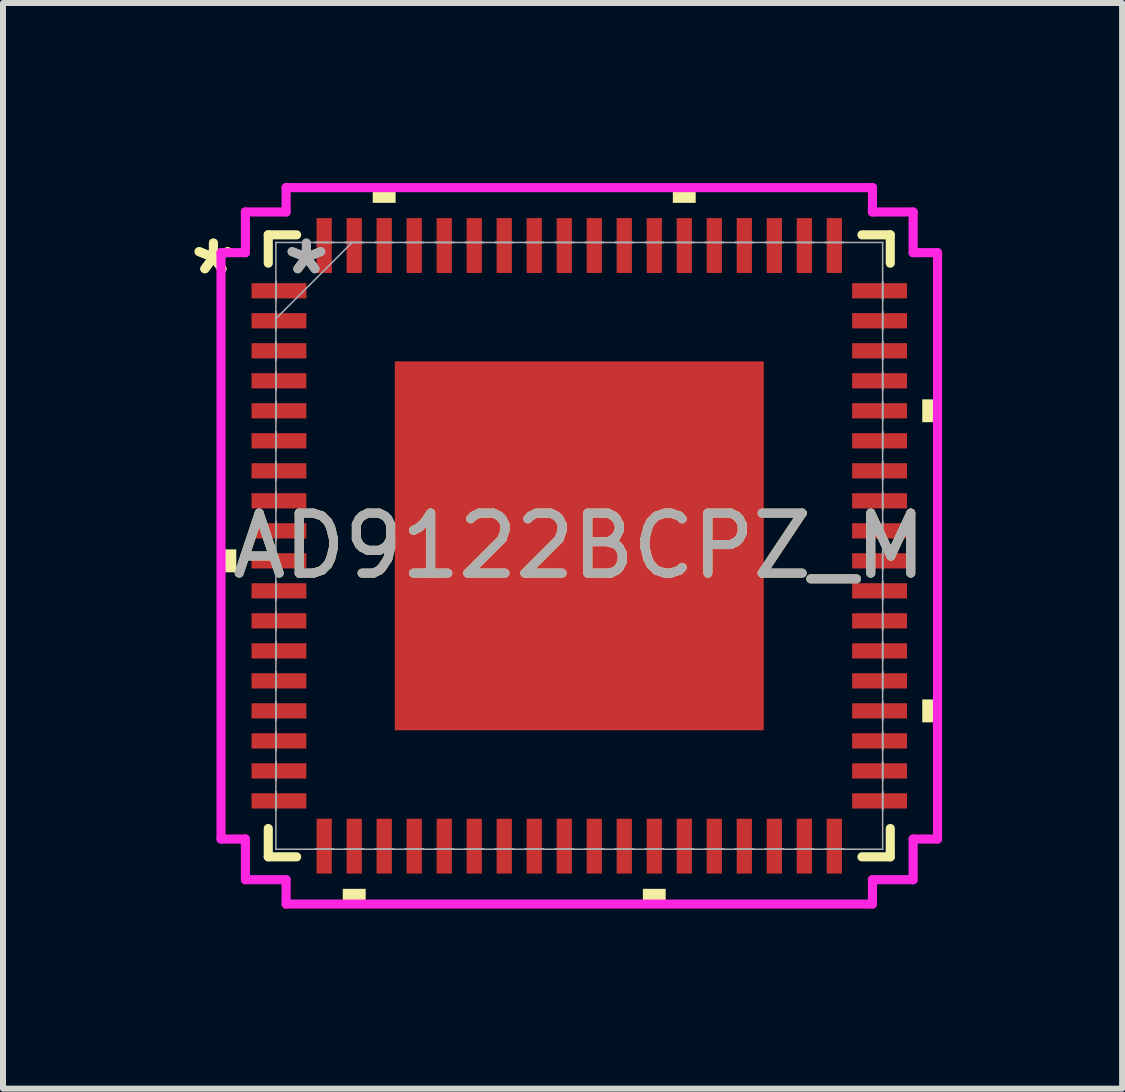
<source format=kicad_pcb>
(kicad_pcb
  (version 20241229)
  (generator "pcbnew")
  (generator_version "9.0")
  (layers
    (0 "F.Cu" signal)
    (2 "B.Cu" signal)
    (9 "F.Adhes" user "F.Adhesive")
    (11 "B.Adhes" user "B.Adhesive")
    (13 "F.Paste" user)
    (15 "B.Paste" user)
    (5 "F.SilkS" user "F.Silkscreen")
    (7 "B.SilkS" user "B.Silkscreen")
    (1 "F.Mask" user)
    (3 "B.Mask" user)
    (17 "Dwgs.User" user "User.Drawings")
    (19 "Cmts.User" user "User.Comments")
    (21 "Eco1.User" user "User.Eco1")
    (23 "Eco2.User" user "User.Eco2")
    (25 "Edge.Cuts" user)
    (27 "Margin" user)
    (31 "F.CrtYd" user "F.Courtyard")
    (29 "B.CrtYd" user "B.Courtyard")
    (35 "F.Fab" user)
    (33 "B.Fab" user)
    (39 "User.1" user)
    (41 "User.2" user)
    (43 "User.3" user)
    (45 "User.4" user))
  (footprint "AD9122BCPZ_M"
    (layer "F.Cu")
    (at 6.602 6.045)
    (property "Reference" "AD9122BCPZ_M" (at 0 0 0) (unlocked yes) (layer "F.SilkS") (effects (font (size 1 1) (thickness 0.15))))
    (attr smd)
    (fp_line (start -5.182 -5.182) (end -5.182 -4.71) (stroke (width 0.152) (type solid)) (layer "F.SilkS"))
    (fp_line (start -5.182 4.71) (end -5.182 5.182) (stroke (width 0.152) (type solid)) (layer "F.SilkS"))
    (fp_line (start -5.182 5.182) (end -4.71 5.182) (stroke (width 0.152) (type solid)) (layer "F.SilkS"))
    (fp_line (start -4.71 -5.182) (end -5.182 -5.182) (stroke (width 0.152) (type solid)) (layer "F.SilkS"))
    (fp_line (start 4.71 5.182) (end 5.182 5.182) (stroke (width 0.152) (type solid)) (layer "F.SilkS"))
    (fp_line (start 5.182 -5.182) (end 4.71 -5.182) (stroke (width 0.152) (type solid)) (layer "F.SilkS"))
    (fp_line (start 5.182 -4.71) (end 5.182 -5.182) (stroke (width 0.152) (type solid)) (layer "F.SilkS"))
    (fp_line (start 5.182 5.182) (end 5.182 4.71) (stroke (width 0.152) (type solid)) (layer "F.SilkS"))
    (fp_poly (pts (xy -5.969 0.059) (xy -5.969 0.441) (xy -5.715 0.441) (xy -5.715 0.059)) (stroke (width 0) (type solid)) (fill yes) (layer "F.SilkS"))
    (fp_poly (pts (xy -3.941 5.715) (xy -3.941 5.969) (xy -3.559 5.969) (xy -3.559 5.715)) (stroke (width 0) (type solid)) (fill yes) (layer "F.SilkS"))
    (fp_poly (pts (xy -3.441 -5.715) (xy -3.441 -5.969) (xy -3.06 -5.969) (xy -3.06 -5.715)) (stroke (width 0) (type solid)) (fill yes) (layer "F.SilkS"))
    (fp_poly (pts (xy 1.06 5.715) (xy 1.06 5.969) (xy 1.44 5.969) (xy 1.44 5.715)) (stroke (width 0) (type solid)) (fill yes) (layer "F.SilkS"))
    (fp_poly (pts (xy 1.559 -5.715) (xy 1.559 -5.969) (xy 1.94 -5.969) (xy 1.94 -5.715)) (stroke (width 0) (type solid)) (fill yes) (layer "F.SilkS"))
    (fp_poly (pts (xy 5.969 -2.441) (xy 5.969 -2.06) (xy 5.715 -2.06) (xy 5.715 -2.441)) (stroke (width 0) (type solid)) (fill yes) (layer "F.SilkS"))
    (fp_poly (pts (xy 5.969 2.559) (xy 5.969 2.941) (xy 5.715 2.941) (xy 5.715 2.559)) (stroke (width 0) (type solid)) (fill yes) (layer "F.SilkS"))
    (fp_poly (pts (xy -2.973 -2.973) (xy -2.973 -1.637) (xy -1.637 -1.637) (xy -1.637 -2.973)) (stroke (width 0) (type solid)) (fill yes) (layer "F.Paste"))
    (fp_poly (pts (xy -2.973 -1.437) (xy -2.973 -0.1) (xy -1.637 -0.1) (xy -1.637 -1.437)) (stroke (width 0) (type solid)) (fill yes) (layer "F.Paste"))
    (fp_poly (pts (xy -2.973 0.1) (xy -2.973 1.437) (xy -1.637 1.437) (xy -1.637 0.1)) (stroke (width 0) (type solid)) (fill yes) (layer "F.Paste"))
    (fp_poly (pts (xy -2.973 1.637) (xy -2.973 2.973) (xy -1.637 2.973) (xy -1.637 1.637)) (stroke (width 0) (type solid)) (fill yes) (layer "F.Paste"))
    (fp_poly (pts (xy -1.437 -2.973) (xy -1.437 -1.637) (xy -0.1 -1.637) (xy -0.1 -2.973)) (stroke (width 0) (type solid)) (fill yes) (layer "F.Paste"))
    (fp_poly (pts (xy -1.437 -1.437) (xy -1.437 -0.1) (xy -0.1 -0.1) (xy -0.1 -1.437)) (stroke (width 0) (type solid)) (fill yes) (layer "F.Paste"))
    (fp_poly (pts (xy -1.437 0.1) (xy -1.437 1.437) (xy -0.1 1.437) (xy -0.1 0.1)) (stroke (width 0) (type solid)) (fill yes) (layer "F.Paste"))
    (fp_poly (pts (xy -1.437 1.637) (xy -1.437 2.973) (xy -0.1 2.973) (xy -0.1 1.637)) (stroke (width 0) (type solid)) (fill yes) (layer "F.Paste"))
    (fp_poly (pts (xy 0.1 -2.973) (xy 0.1 -1.637) (xy 1.437 -1.637) (xy 1.437 -2.973)) (stroke (width 0) (type solid)) (fill yes) (layer "F.Paste"))
    (fp_poly (pts (xy 0.1 -1.437) (xy 0.1 -0.1) (xy 1.437 -0.1) (xy 1.437 -1.437)) (stroke (width 0) (type solid)) (fill yes) (layer "F.Paste"))
    (fp_poly (pts (xy 0.1 0.1) (xy 0.1 1.437) (xy 1.437 1.437) (xy 1.437 0.1)) (stroke (width 0) (type solid)) (fill yes) (layer "F.Paste"))
    (fp_poly (pts (xy 0.1 1.637) (xy 0.1 2.973) (xy 1.437 2.973) (xy 1.437 1.637)) (stroke (width 0) (type solid)) (fill yes) (layer "F.Paste"))
    (fp_poly (pts (xy 1.637 -2.973) (xy 1.637 -1.637) (xy 2.973 -1.637) (xy 2.973 -2.973)) (stroke (width 0) (type solid)) (fill yes) (layer "F.Paste"))
    (fp_poly (pts (xy 1.637 -1.437) (xy 1.637 -0.1) (xy 2.973 -0.1) (xy 2.973 -1.437)) (stroke (width 0) (type solid)) (fill yes) (layer "F.Paste"))
    (fp_poly (pts (xy 1.637 0.1) (xy 1.637 1.437) (xy 2.973 1.437) (xy 2.973 0.1)) (stroke (width 0) (type solid)) (fill yes) (layer "F.Paste"))
    (fp_poly (pts (xy 1.637 1.637) (xy 1.637 2.973) (xy 2.973 2.973) (xy 2.973 1.637)) (stroke (width 0) (type solid)) (fill yes) (layer "F.Paste"))
    (fp_line (start -5.969 -4.885) (end -5.563 -4.885) (stroke (width 0.152) (type solid)) (layer "F.CrtYd"))
    (fp_line (start -5.969 4.885) (end -5.969 -4.885) (stroke (width 0.152) (type solid)) (layer "F.CrtYd"))
    (fp_line (start -5.563 -5.563) (end -4.885 -5.563) (stroke (width 0.152) (type solid)) (layer "F.CrtYd"))
    (fp_line (start -5.563 -4.885) (end -5.563 -5.563) (stroke (width 0.152) (type solid)) (layer "F.CrtYd"))
    (fp_line (start -5.563 4.885) (end -5.969 4.885) (stroke (width 0.152) (type solid)) (layer "F.CrtYd"))
    (fp_line (start -5.563 5.563) (end -5.563 4.885) (stroke (width 0.152) (type solid)) (layer "F.CrtYd"))
    (fp_line (start -4.885 -5.969) (end 4.885 -5.969) (stroke (width 0.152) (type solid)) (layer "F.CrtYd"))
    (fp_line (start -4.885 -5.563) (end -4.885 -5.969) (stroke (width 0.152) (type solid)) (layer "F.CrtYd"))
    (fp_line (start -4.885 5.563) (end -5.563 5.563) (stroke (width 0.152) (type solid)) (layer "F.CrtYd"))
    (fp_line (start -4.885 5.969) (end -4.885 5.563) (stroke (width 0.152) (type solid)) (layer "F.CrtYd"))
    (fp_line (start 4.885 -5.969) (end 4.885 -5.563) (stroke (width 0.152) (type solid)) (layer "F.CrtYd"))
    (fp_line (start 4.885 -5.563) (end 5.563 -5.563) (stroke (width 0.152) (type solid)) (layer "F.CrtYd"))
    (fp_line (start 4.885 5.563) (end 4.885 5.969) (stroke (width 0.152) (type solid)) (layer "F.CrtYd"))
    (fp_line (start 4.885 5.969) (end -4.885 5.969) (stroke (width 0.152) (type solid)) (layer "F.CrtYd"))
    (fp_line (start 5.563 -5.563) (end 5.563 -4.885) (stroke (width 0.152) (type solid)) (layer "F.CrtYd"))
    (fp_line (start 5.563 -4.885) (end 5.969 -4.885) (stroke (width 0.152) (type solid)) (layer "F.CrtYd"))
    (fp_line (start 5.563 4.885) (end 5.563 5.563) (stroke (width 0.152) (type solid)) (layer "F.CrtYd"))
    (fp_line (start 5.563 5.563) (end 4.885 5.563) (stroke (width 0.152) (type solid)) (layer "F.CrtYd"))
    (fp_line (start 5.969 -4.885) (end 5.969 4.885) (stroke (width 0.152) (type solid)) (layer "F.CrtYd"))
    (fp_line (start 5.969 4.885) (end 5.563 4.885) (stroke (width 0.152) (type solid)) (layer "F.CrtYd"))
    (fp_line (start -5.055 -5.055) (end -5.055 -5.055) (stroke (width 0.025) (type solid)) (layer "F.Fab"))
    (fp_line (start -5.055 -5.055) (end -5.055 5.055) (stroke (width 0.025) (type solid)) (layer "F.Fab"))
    (fp_line (start -5.055 -4.402) (end -5.055 -4.402) (stroke (width 0.025) (type solid)) (layer "F.Fab"))
    (fp_line (start -5.055 -4.402) (end -5.055 -4.098) (stroke (width 0.025) (type solid)) (layer "F.Fab"))
    (fp_line (start -5.055 -4.098) (end -5.055 -4.402) (stroke (width 0.025) (type solid)) (layer "F.Fab"))
    (fp_line (start -5.055 -4.098) (end -5.055 -4.098) (stroke (width 0.025) (type solid)) (layer "F.Fab"))
    (fp_line (start -5.055 -3.902) (end -5.055 -3.902) (stroke (width 0.025) (type solid)) (layer "F.Fab"))
    (fp_line (start -5.055 -3.902) (end -5.055 -3.598) (stroke (width 0.025) (type solid)) (layer "F.Fab"))
    (fp_line (start -5.055 -3.785) (end -3.785 -5.055) (stroke (width 0.025) (type solid)) (layer "F.Fab"))
    (fp_line (start -5.055 -3.598) (end -5.055 -3.902) (stroke (width 0.025) (type solid)) (layer "F.Fab"))
    (fp_line (start -5.055 -3.598) (end -5.055 -3.598) (stroke (width 0.025) (type solid)) (layer "F.Fab"))
    (fp_line (start -5.055 -3.402) (end -5.055 -3.402) (stroke (width 0.025) (type solid)) (layer "F.Fab"))
    (fp_line (start -5.055 -3.402) (end -5.055 -3.098) (stroke (width 0.025) (type solid)) (layer "F.Fab"))
    (fp_line (start -5.055 -3.098) (end -5.055 -3.402) (stroke (width 0.025) (type solid)) (layer "F.Fab"))
    (fp_line (start -5.055 -3.098) (end -5.055 -3.098) (stroke (width 0.025) (type solid)) (layer "F.Fab"))
    (fp_line (start -5.055 -2.902) (end -5.055 -2.902) (stroke (width 0.025) (type solid)) (layer "F.Fab"))
    (fp_line (start -5.055 -2.902) (end -5.055 -2.598) (stroke (width 0.025) (type solid)) (layer "F.Fab"))
    (fp_line (start -5.055 -2.598) (end -5.055 -2.902) (stroke (width 0.025) (type solid)) (layer "F.Fab"))
    (fp_line (start -5.055 -2.598) (end -5.055 -2.598) (stroke (width 0.025) (type solid)) (layer "F.Fab"))
    (fp_line (start -5.055 -2.402) (end -5.055 -2.402) (stroke (width 0.025) (type solid)) (layer "F.Fab"))
    (fp_line (start -5.055 -2.402) (end -5.055 -2.098) (stroke (width 0.025) (type solid)) (layer "F.Fab"))
    (fp_line (start -5.055 -2.098) (end -5.055 -2.402) (stroke (width 0.025) (type solid)) (layer "F.Fab"))
    (fp_line (start -5.055 -2.098) (end -5.055 -2.098) (stroke (width 0.025) (type solid)) (layer "F.Fab"))
    (fp_line (start -5.055 -1.902) (end -5.055 -1.902) (stroke (width 0.025) (type solid)) (layer "F.Fab"))
    (fp_line (start -5.055 -1.902) (end -5.055 -1.598) (stroke (width 0.025) (type solid)) (layer "F.Fab"))
    (fp_line (start -5.055 -1.598) (end -5.055 -1.902) (stroke (width 0.025) (type solid)) (layer "F.Fab"))
    (fp_line (start -5.055 -1.598) (end -5.055 -1.598) (stroke (width 0.025) (type solid)) (layer "F.Fab"))
    (fp_line (start -5.055 -1.402) (end -5.055 -1.402) (stroke (width 0.025) (type solid)) (layer "F.Fab"))
    (fp_line (start -5.055 -1.402) (end -5.055 -1.098) (stroke (width 0.025) (type solid)) (layer "F.Fab"))
    (fp_line (start -5.055 -1.098) (end -5.055 -1.402) (stroke (width 0.025) (type solid)) (layer "F.Fab"))
    (fp_line (start -5.055 -1.098) (end -5.055 -1.098) (stroke (width 0.025) (type solid)) (layer "F.Fab"))
    (fp_line (start -5.055 -0.902) (end -5.055 -0.902) (stroke (width 0.025) (type solid)) (layer "F.Fab"))
    (fp_line (start -5.055 -0.902) (end -5.055 -0.598) (stroke (width 0.025) (type solid)) (layer "F.Fab"))
    (fp_line (start -5.055 -0.598) (end -5.055 -0.902) (stroke (width 0.025) (type solid)) (layer "F.Fab"))
    (fp_line (start -5.055 -0.598) (end -5.055 -0.598) (stroke (width 0.025) (type solid)) (layer "F.Fab"))
    (fp_line (start -5.055 -0.402) (end -5.055 -0.402) (stroke (width 0.025) (type solid)) (layer "F.Fab"))
    (fp_line (start -5.055 -0.402) (end -5.055 -0.098) (stroke (width 0.025) (type solid)) (layer "F.Fab"))
    (fp_line (start -5.055 -0.098) (end -5.055 -0.402) (stroke (width 0.025) (type solid)) (layer "F.Fab"))
    (fp_line (start -5.055 -0.098) (end -5.055 -0.098) (stroke (width 0.025) (type solid)) (layer "F.Fab"))
    (fp_line (start -5.055 0.098) (end -5.055 0.098) (stroke (width 0.025) (type solid)) (layer "F.Fab"))
    (fp_line (start -5.055 0.098) (end -5.055 0.402) (stroke (width 0.025) (type solid)) (layer "F.Fab"))
    (fp_line (start -5.055 0.402) (end -5.055 0.098) (stroke (width 0.025) (type solid)) (layer "F.Fab"))
    (fp_line (start -5.055 0.402) (end -5.055 0.402) (stroke (width 0.025) (type solid)) (layer "F.Fab"))
    (fp_line (start -5.055 0.598) (end -5.055 0.598) (stroke (width 0.025) (type solid)) (layer "F.Fab"))
    (fp_line (start -5.055 0.598) (end -5.055 0.902) (stroke (width 0.025) (type solid)) (layer "F.Fab"))
    (fp_line (start -5.055 0.902) (end -5.055 0.598) (stroke (width 0.025) (type solid)) (layer "F.Fab"))
    (fp_line (start -5.055 0.902) (end -5.055 0.902) (stroke (width 0.025) (type solid)) (layer "F.Fab"))
    (fp_line (start -5.055 1.098) (end -5.055 1.098) (stroke (width 0.025) (type solid)) (layer "F.Fab"))
    (fp_line (start -5.055 1.098) (end -5.055 1.402) (stroke (width 0.025) (type solid)) (layer "F.Fab"))
    (fp_line (start -5.055 1.402) (end -5.055 1.098) (stroke (width 0.025) (type solid)) (layer "F.Fab"))
    (fp_line (start -5.055 1.402) (end -5.055 1.402) (stroke (width 0.025) (type solid)) (layer "F.Fab"))
    (fp_line (start -5.055 1.598) (end -5.055 1.598) (stroke (width 0.025) (type solid)) (layer "F.Fab"))
    (fp_line (start -5.055 1.598) (end -5.055 1.902) (stroke (width 0.025) (type solid)) (layer "F.Fab"))
    (fp_line (start -5.055 1.902) (end -5.055 1.598) (stroke (width 0.025) (type solid)) (layer "F.Fab"))
    (fp_line (start -5.055 1.902) (end -5.055 1.902) (stroke (width 0.025) (type solid)) (layer "F.Fab"))
    (fp_line (start -5.055 2.098) (end -5.055 2.098) (stroke (width 0.025) (type solid)) (layer "F.Fab"))
    (fp_line (start -5.055 2.098) (end -5.055 2.402) (stroke (width 0.025) (type solid)) (layer "F.Fab"))
    (fp_line (start -5.055 2.402) (end -5.055 2.098) (stroke (width 0.025) (type solid)) (layer "F.Fab"))
    (fp_line (start -5.055 2.402) (end -5.055 2.402) (stroke (width 0.025) (type solid)) (layer "F.Fab"))
    (fp_line (start -5.055 2.598) (end -5.055 2.598) (stroke (width 0.025) (type solid)) (layer "F.Fab"))
    (fp_line (start -5.055 2.598) (end -5.055 2.902) (stroke (width 0.025) (type solid)) (layer "F.Fab"))
    (fp_line (start -5.055 2.902) (end -5.055 2.598) (stroke (width 0.025) (type solid)) (layer "F.Fab"))
    (fp_line (start -5.055 2.902) (end -5.055 2.902) (stroke (width 0.025) (type solid)) (layer "F.Fab"))
    (fp_line (start -5.055 3.098) (end -5.055 3.098) (stroke (width 0.025) (type solid)) (layer "F.Fab"))
    (fp_line (start -5.055 3.098) (end -5.055 3.402) (stroke (width 0.025) (type solid)) (layer "F.Fab"))
    (fp_line (start -5.055 3.402) (end -5.055 3.098) (stroke (width 0.025) (type solid)) (layer "F.Fab"))
    (fp_line (start -5.055 3.402) (end -5.055 3.402) (stroke (width 0.025) (type solid)) (layer "F.Fab"))
    (fp_line (start -5.055 3.598) (end -5.055 3.598) (stroke (width 0.025) (type solid)) (layer "F.Fab"))
    (fp_line (start -5.055 3.598) (end -5.055 3.902) (stroke (width 0.025) (type solid)) (layer "F.Fab"))
    (fp_line (start -5.055 3.902) (end -5.055 3.598) (stroke (width 0.025) (type solid)) (layer "F.Fab"))
    (fp_line (start -5.055 3.902) (end -5.055 3.902) (stroke (width 0.025) (type solid)) (layer "F.Fab"))
    (fp_line (start -5.055 4.098) (end -5.055 4.098) (stroke (width 0.025) (type solid)) (layer "F.Fab"))
    (fp_line (start -5.055 4.098) (end -5.055 4.402) (stroke (width 0.025) (type solid)) (layer "F.Fab"))
    (fp_line (start -5.055 4.402) (end -5.055 4.098) (stroke (width 0.025) (type solid)) (layer "F.Fab"))
    (fp_line (start -5.055 4.402) (end -5.055 4.402) (stroke (width 0.025) (type solid)) (layer "F.Fab"))
    (fp_line (start -5.055 5.055) (end -5.055 5.055) (stroke (width 0.025) (type solid)) (layer "F.Fab"))
    (fp_line (start -5.055 5.055) (end 5.055 5.055) (stroke (width 0.025) (type solid)) (layer "F.Fab"))
    (fp_line (start -4.402 -5.055) (end -4.402 -5.055) (stroke (width 0.025) (type solid)) (layer "F.Fab"))
    (fp_line (start -4.402 -5.055) (end -4.098 -5.055) (stroke (width 0.025) (type solid)) (layer "F.Fab"))
    (fp_line (start -4.402 5.055) (end -4.402 5.055) (stroke (width 0.025) (type solid)) (layer "F.Fab"))
    (fp_line (start -4.402 5.055) (end -4.098 5.055) (stroke (width 0.025) (type solid)) (layer "F.Fab"))
    (fp_line (start -4.098 -5.055) (end -4.402 -5.055) (stroke (width 0.025) (type solid)) (layer "F.Fab"))
    (fp_line (start -4.098 -5.055) (end -4.098 -5.055) (stroke (width 0.025) (type solid)) (layer "F.Fab"))
    (fp_line (start -4.098 5.055) (end -4.402 5.055) (stroke (width 0.025) (type solid)) (layer "F.Fab"))
    (fp_line (start -4.098 5.055) (end -4.098 5.055) (stroke (width 0.025) (type solid)) (layer "F.Fab"))
    (fp_line (start -3.902 -5.055) (end -3.902 -5.055) (stroke (width 0.025) (type solid)) (layer "F.Fab"))
    (fp_line (start -3.902 -5.055) (end -3.598 -5.055) (stroke (width 0.025) (type solid)) (layer "F.Fab"))
    (fp_line (start -3.902 5.055) (end -3.902 5.055) (stroke (width 0.025) (type solid)) (layer "F.Fab"))
    (fp_line (start -3.902 5.055) (end -3.598 5.055) (stroke (width 0.025) (type solid)) (layer "F.Fab"))
    (fp_line (start -3.598 -5.055) (end -3.902 -5.055) (stroke (width 0.025) (type solid)) (layer "F.Fab"))
    (fp_line (start -3.598 -5.055) (end -3.598 -5.055) (stroke (width 0.025) (type solid)) (layer "F.Fab"))
    (fp_line (start -3.598 5.055) (end -3.902 5.055) (stroke (width 0.025) (type solid)) (layer "F.Fab"))
    (fp_line (start -3.598 5.055) (end -3.598 5.055) (stroke (width 0.025) (type solid)) (layer "F.Fab"))
    (fp_line (start -3.402 -5.055) (end -3.402 -5.055) (stroke (width 0.025) (type solid)) (layer "F.Fab"))
    (fp_line (start -3.402 -5.055) (end -3.098 -5.055) (stroke (width 0.025) (type solid)) (layer "F.Fab"))
    (fp_line (start -3.402 5.055) (end -3.402 5.055) (stroke (width 0.025) (type solid)) (layer "F.Fab"))
    (fp_line (start -3.402 5.055) (end -3.098 5.055) (stroke (width 0.025) (type solid)) (layer "F.Fab"))
    (fp_line (start -3.098 -5.055) (end -3.402 -5.055) (stroke (width 0.025) (type solid)) (layer "F.Fab"))
    (fp_line (start -3.098 -5.055) (end -3.098 -5.055) (stroke (width 0.025) (type solid)) (layer "F.Fab"))
    (fp_line (start -3.098 5.055) (end -3.402 5.055) (stroke (width 0.025) (type solid)) (layer "F.Fab"))
    (fp_line (start -3.098 5.055) (end -3.098 5.055) (stroke (width 0.025) (type solid)) (layer "F.Fab"))
    (fp_line (start -2.902 -5.055) (end -2.902 -5.055) (stroke (width 0.025) (type solid)) (layer "F.Fab"))
    (fp_line (start -2.902 -5.055) (end -2.598 -5.055) (stroke (width 0.025) (type solid)) (layer "F.Fab"))
    (fp_line (start -2.902 5.055) (end -2.902 5.055) (stroke (width 0.025) (type solid)) (layer "F.Fab"))
    (fp_line (start -2.902 5.055) (end -2.598 5.055) (stroke (width 0.025) (type solid)) (layer "F.Fab"))
    (fp_line (start -2.598 -5.055) (end -2.902 -5.055) (stroke (width 0.025) (type solid)) (layer "F.Fab"))
    (fp_line (start -2.598 -5.055) (end -2.598 -5.055) (stroke (width 0.025) (type solid)) (layer "F.Fab"))
    (fp_line (start -2.598 5.055) (end -2.902 5.055) (stroke (width 0.025) (type solid)) (layer "F.Fab"))
    (fp_line (start -2.598 5.055) (end -2.598 5.055) (stroke (width 0.025) (type solid)) (layer "F.Fab"))
    (fp_line (start -2.402 -5.055) (end -2.402 -5.055) (stroke (width 0.025) (type solid)) (layer "F.Fab"))
    (fp_line (start -2.402 -5.055) (end -2.098 -5.055) (stroke (width 0.025) (type solid)) (layer "F.Fab"))
    (fp_line (start -2.402 5.055) (end -2.402 5.055) (stroke (width 0.025) (type solid)) (layer "F.Fab"))
    (fp_line (start -2.402 5.055) (end -2.098 5.055) (stroke (width 0.025) (type solid)) (layer "F.Fab"))
    (fp_line (start -2.098 -5.055) (end -2.402 -5.055) (stroke (width 0.025) (type solid)) (layer "F.Fab"))
    (fp_line (start -2.098 -5.055) (end -2.098 -5.055) (stroke (width 0.025) (type solid)) (layer "F.Fab"))
    (fp_line (start -2.098 5.055) (end -2.402 5.055) (stroke (width 0.025) (type solid)) (layer "F.Fab"))
    (fp_line (start -2.098 5.055) (end -2.098 5.055) (stroke (width 0.025) (type solid)) (layer "F.Fab"))
    (fp_line (start -1.902 -5.055) (end -1.902 -5.055) (stroke (width 0.025) (type solid)) (layer "F.Fab"))
    (fp_line (start -1.902 -5.055) (end -1.598 -5.055) (stroke (width 0.025) (type solid)) (layer "F.Fab"))
    (fp_line (start -1.902 5.055) (end -1.902 5.055) (stroke (width 0.025) (type solid)) (layer "F.Fab"))
    (fp_line (start -1.902 5.055) (end -1.598 5.055) (stroke (width 0.025) (type solid)) (layer "F.Fab"))
    (fp_line (start -1.598 -5.055) (end -1.902 -5.055) (stroke (width 0.025) (type solid)) (layer "F.Fab"))
    (fp_line (start -1.598 -5.055) (end -1.598 -5.055) (stroke (width 0.025) (type solid)) (layer "F.Fab"))
    (fp_line (start -1.598 5.055) (end -1.902 5.055) (stroke (width 0.025) (type solid)) (layer "F.Fab"))
    (fp_line (start -1.598 5.055) (end -1.598 5.055) (stroke (width 0.025) (type solid)) (layer "F.Fab"))
    (fp_line (start -1.402 -5.055) (end -1.402 -5.055) (stroke (width 0.025) (type solid)) (layer "F.Fab"))
    (fp_line (start -1.402 -5.055) (end -1.098 -5.055) (stroke (width 0.025) (type solid)) (layer "F.Fab"))
    (fp_line (start -1.402 5.055) (end -1.402 5.055) (stroke (width 0.025) (type solid)) (layer "F.Fab"))
    (fp_line (start -1.402 5.055) (end -1.098 5.055) (stroke (width 0.025) (type solid)) (layer "F.Fab"))
    (fp_line (start -1.098 -5.055) (end -1.402 -5.055) (stroke (width 0.025) (type solid)) (layer "F.Fab"))
    (fp_line (start -1.098 -5.055) (end -1.098 -5.055) (stroke (width 0.025) (type solid)) (layer "F.Fab"))
    (fp_line (start -1.098 5.055) (end -1.402 5.055) (stroke (width 0.025) (type solid)) (layer "F.Fab"))
    (fp_line (start -1.098 5.055) (end -1.098 5.055) (stroke (width 0.025) (type solid)) (layer "F.Fab"))
    (fp_line (start -0.902 -5.055) (end -0.902 -5.055) (stroke (width 0.025) (type solid)) (layer "F.Fab"))
    (fp_line (start -0.902 -5.055) (end -0.598 -5.055) (stroke (width 0.025) (type solid)) (layer "F.Fab"))
    (fp_line (start -0.902 5.055) (end -0.902 5.055) (stroke (width 0.025) (type solid)) (layer "F.Fab"))
    (fp_line (start -0.902 5.055) (end -0.598 5.055) (stroke (width 0.025) (type solid)) (layer "F.Fab"))
    (fp_line (start -0.598 -5.055) (end -0.902 -5.055) (stroke (width 0.025) (type solid)) (layer "F.Fab"))
    (fp_line (start -0.598 -5.055) (end -0.598 -5.055) (stroke (width 0.025) (type solid)) (layer "F.Fab"))
    (fp_line (start -0.598 5.055) (end -0.902 5.055) (stroke (width 0.025) (type solid)) (layer "F.Fab"))
    (fp_line (start -0.598 5.055) (end -0.598 5.055) (stroke (width 0.025) (type solid)) (layer "F.Fab"))
    (fp_line (start -0.402 -5.055) (end -0.402 -5.055) (stroke (width 0.025) (type solid)) (layer "F.Fab"))
    (fp_line (start -0.402 -5.055) (end -0.098 -5.055) (stroke (width 0.025) (type solid)) (layer "F.Fab"))
    (fp_line (start -0.402 5.055) (end -0.402 5.055) (stroke (width 0.025) (type solid)) (layer "F.Fab"))
    (fp_line (start -0.402 5.055) (end -0.098 5.055) (stroke (width 0.025) (type solid)) (layer "F.Fab"))
    (fp_line (start -0.098 -5.055) (end -0.402 -5.055) (stroke (width 0.025) (type solid)) (layer "F.Fab"))
    (fp_line (start -0.098 -5.055) (end -0.098 -5.055) (stroke (width 0.025) (type solid)) (layer "F.Fab"))
    (fp_line (start -0.098 5.055) (end -0.402 5.055) (stroke (width 0.025) (type solid)) (layer "F.Fab"))
    (fp_line (start -0.098 5.055) (end -0.098 5.055) (stroke (width 0.025) (type solid)) (layer "F.Fab"))
    (fp_line (start 0.098 -5.055) (end 0.098 -5.055) (stroke (width 0.025) (type solid)) (layer "F.Fab"))
    (fp_line (start 0.098 -5.055) (end 0.402 -5.055) (stroke (width 0.025) (type solid)) (layer "F.Fab"))
    (fp_line (start 0.098 5.055) (end 0.098 5.055) (stroke (width 0.025) (type solid)) (layer "F.Fab"))
    (fp_line (start 0.098 5.055) (end 0.402 5.055) (stroke (width 0.025) (type solid)) (layer "F.Fab"))
    (fp_line (start 0.402 -5.055) (end 0.098 -5.055) (stroke (width 0.025) (type solid)) (layer "F.Fab"))
    (fp_line (start 0.402 -5.055) (end 0.402 -5.055) (stroke (width 0.025) (type solid)) (layer "F.Fab"))
    (fp_line (start 0.402 5.055) (end 0.098 5.055) (stroke (width 0.025) (type solid)) (layer "F.Fab"))
    (fp_line (start 0.402 5.055) (end 0.402 5.055) (stroke (width 0.025) (type solid)) (layer "F.Fab"))
    (fp_line (start 0.598 -5.055) (end 0.598 -5.055) (stroke (width 0.025) (type solid)) (layer "F.Fab"))
    (fp_line (start 0.598 -5.055) (end 0.902 -5.055) (stroke (width 0.025) (type solid)) (layer "F.Fab"))
    (fp_line (start 0.598 5.055) (end 0.598 5.055) (stroke (width 0.025) (type solid)) (layer "F.Fab"))
    (fp_line (start 0.598 5.055) (end 0.902 5.055) (stroke (width 0.025) (type solid)) (layer "F.Fab"))
    (fp_line (start 0.902 -5.055) (end 0.598 -5.055) (stroke (width 0.025) (type solid)) (layer "F.Fab"))
    (fp_line (start 0.902 -5.055) (end 0.902 -5.055) (stroke (width 0.025) (type solid)) (layer "F.Fab"))
    (fp_line (start 0.902 5.055) (end 0.598 5.055) (stroke (width 0.025) (type solid)) (layer "F.Fab"))
    (fp_line (start 0.902 5.055) (end 0.902 5.055) (stroke (width 0.025) (type solid)) (layer "F.Fab"))
    (fp_line (start 1.098 -5.055) (end 1.098 -5.055) (stroke (width 0.025) (type solid)) (layer "F.Fab"))
    (fp_line (start 1.098 -5.055) (end 1.402 -5.055) (stroke (width 0.025) (type solid)) (layer "F.Fab"))
    (fp_line (start 1.098 5.055) (end 1.098 5.055) (stroke (width 0.025) (type solid)) (layer "F.Fab"))
    (fp_line (start 1.098 5.055) (end 1.402 5.055) (stroke (width 0.025) (type solid)) (layer "F.Fab"))
    (fp_line (start 1.402 -5.055) (end 1.098 -5.055) (stroke (width 0.025) (type solid)) (layer "F.Fab"))
    (fp_line (start 1.402 -5.055) (end 1.402 -5.055) (stroke (width 0.025) (type solid)) (layer "F.Fab"))
    (fp_line (start 1.402 5.055) (end 1.098 5.055) (stroke (width 0.025) (type solid)) (layer "F.Fab"))
    (fp_line (start 1.402 5.055) (end 1.402 5.055) (stroke (width 0.025) (type solid)) (layer "F.Fab"))
    (fp_line (start 1.598 -5.055) (end 1.598 -5.055) (stroke (width 0.025) (type solid)) (layer "F.Fab"))
    (fp_line (start 1.598 -5.055) (end 1.902 -5.055) (stroke (width 0.025) (type solid)) (layer "F.Fab"))
    (fp_line (start 1.598 5.055) (end 1.598 5.055) (stroke (width 0.025) (type solid)) (layer "F.Fab"))
    (fp_line (start 1.598 5.055) (end 1.902 5.055) (stroke (width 0.025) (type solid)) (layer "F.Fab"))
    (fp_line (start 1.902 -5.055) (end 1.598 -5.055) (stroke (width 0.025) (type solid)) (layer "F.Fab"))
    (fp_line (start 1.902 -5.055) (end 1.902 -5.055) (stroke (width 0.025) (type solid)) (layer "F.Fab"))
    (fp_line (start 1.902 5.055) (end 1.598 5.055) (stroke (width 0.025) (type solid)) (layer "F.Fab"))
    (fp_line (start 1.902 5.055) (end 1.902 5.055) (stroke (width 0.025) (type solid)) (layer "F.Fab"))
    (fp_line (start 2.098 -5.055) (end 2.098 -5.055) (stroke (width 0.025) (type solid)) (layer "F.Fab"))
    (fp_line (start 2.098 -5.055) (end 2.402 -5.055) (stroke (width 0.025) (type solid)) (layer "F.Fab"))
    (fp_line (start 2.098 5.055) (end 2.098 5.055) (stroke (width 0.025) (type solid)) (layer "F.Fab"))
    (fp_line (start 2.098 5.055) (end 2.402 5.055) (stroke (width 0.025) (type solid)) (layer "F.Fab"))
    (fp_line (start 2.402 -5.055) (end 2.098 -5.055) (stroke (width 0.025) (type solid)) (layer "F.Fab"))
    (fp_line (start 2.402 -5.055) (end 2.402 -5.055) (stroke (width 0.025) (type solid)) (layer "F.Fab"))
    (fp_line (start 2.402 5.055) (end 2.098 5.055) (stroke (width 0.025) (type solid)) (layer "F.Fab"))
    (fp_line (start 2.402 5.055) (end 2.402 5.055) (stroke (width 0.025) (type solid)) (layer "F.Fab"))
    (fp_line (start 2.598 -5.055) (end 2.598 -5.055) (stroke (width 0.025) (type solid)) (layer "F.Fab"))
    (fp_line (start 2.598 -5.055) (end 2.902 -5.055) (stroke (width 0.025) (type solid)) (layer "F.Fab"))
    (fp_line (start 2.598 5.055) (end 2.598 5.055) (stroke (width 0.025) (type solid)) (layer "F.Fab"))
    (fp_line (start 2.598 5.055) (end 2.902 5.055) (stroke (width 0.025) (type solid)) (layer "F.Fab"))
    (fp_line (start 2.902 -5.055) (end 2.598 -5.055) (stroke (width 0.025) (type solid)) (layer "F.Fab"))
    (fp_line (start 2.902 -5.055) (end 2.902 -5.055) (stroke (width 0.025) (type solid)) (layer "F.Fab"))
    (fp_line (start 2.902 5.055) (end 2.598 5.055) (stroke (width 0.025) (type solid)) (layer "F.Fab"))
    (fp_line (start 2.902 5.055) (end 2.902 5.055) (stroke (width 0.025) (type solid)) (layer "F.Fab"))
    (fp_line (start 3.098 -5.055) (end 3.098 -5.055) (stroke (width 0.025) (type solid)) (layer "F.Fab"))
    (fp_line (start 3.098 -5.055) (end 3.402 -5.055) (stroke (width 0.025) (type solid)) (layer "F.Fab"))
    (fp_line (start 3.098 5.055) (end 3.098 5.055) (stroke (width 0.025) (type solid)) (layer "F.Fab"))
    (fp_line (start 3.098 5.055) (end 3.402 5.055) (stroke (width 0.025) (type solid)) (layer "F.Fab"))
    (fp_line (start 3.402 -5.055) (end 3.098 -5.055) (stroke (width 0.025) (type solid)) (layer "F.Fab"))
    (fp_line (start 3.402 -5.055) (end 3.402 -5.055) (stroke (width 0.025) (type solid)) (layer "F.Fab"))
    (fp_line (start 3.402 5.055) (end 3.098 5.055) (stroke (width 0.025) (type solid)) (layer "F.Fab"))
    (fp_line (start 3.402 5.055) (end 3.402 5.055) (stroke (width 0.025) (type solid)) (layer "F.Fab"))
    (fp_line (start 3.598 -5.055) (end 3.598 -5.055) (stroke (width 0.025) (type solid)) (layer "F.Fab"))
    (fp_line (start 3.598 -5.055) (end 3.902 -5.055) (stroke (width 0.025) (type solid)) (layer "F.Fab"))
    (fp_line (start 3.598 5.055) (end 3.598 5.055) (stroke (width 0.025) (type solid)) (layer "F.Fab"))
    (fp_line (start 3.598 5.055) (end 3.902 5.055) (stroke (width 0.025) (type solid)) (layer "F.Fab"))
    (fp_line (start 3.902 -5.055) (end 3.598 -5.055) (stroke (width 0.025) (type solid)) (layer "F.Fab"))
    (fp_line (start 3.902 -5.055) (end 3.902 -5.055) (stroke (width 0.025) (type solid)) (layer "F.Fab"))
    (fp_line (start 3.902 5.055) (end 3.598 5.055) (stroke (width 0.025) (type solid)) (layer "F.Fab"))
    (fp_line (start 3.902 5.055) (end 3.902 5.055) (stroke (width 0.025) (type solid)) (layer "F.Fab"))
    (fp_line (start 4.098 -5.055) (end 4.098 -5.055) (stroke (width 0.025) (type solid)) (layer "F.Fab"))
    (fp_line (start 4.098 -5.055) (end 4.402 -5.055) (stroke (width 0.025) (type solid)) (layer "F.Fab"))
    (fp_line (start 4.098 5.055) (end 4.098 5.055) (stroke (width 0.025) (type solid)) (layer "F.Fab"))
    (fp_line (start 4.098 5.055) (end 4.402 5.055) (stroke (width 0.025) (type solid)) (layer "F.Fab"))
    (fp_line (start 4.402 -5.055) (end 4.098 -5.055) (stroke (width 0.025) (type solid)) (layer "F.Fab"))
    (fp_line (start 4.402 -5.055) (end 4.402 -5.055) (stroke (width 0.025) (type solid)) (layer "F.Fab"))
    (fp_line (start 4.402 5.055) (end 4.098 5.055) (stroke (width 0.025) (type solid)) (layer "F.Fab"))
    (fp_line (start 4.402 5.055) (end 4.402 5.055) (stroke (width 0.025) (type solid)) (layer "F.Fab"))
    (fp_line (start 5.055 -5.055) (end -5.055 -5.055) (stroke (width 0.025) (type solid)) (layer "F.Fab"))
    (fp_line (start 5.055 -5.055) (end 5.055 -5.055) (stroke (width 0.025) (type solid)) (layer "F.Fab"))
    (fp_line (start 5.055 -4.402) (end 5.055 -4.402) (stroke (width 0.025) (type solid)) (layer "F.Fab"))
    (fp_line (start 5.055 -4.402) (end 5.055 -4.098) (stroke (width 0.025) (type solid)) (layer "F.Fab"))
    (fp_line (start 5.055 -4.098) (end 5.055 -4.402) (stroke (width 0.025) (type solid)) (layer "F.Fab"))
    (fp_line (start 5.055 -4.098) (end 5.055 -4.098) (stroke (width 0.025) (type solid)) (layer "F.Fab"))
    (fp_line (start 5.055 -3.902) (end 5.055 -3.902) (stroke (width 0.025) (type solid)) (layer "F.Fab"))
    (fp_line (start 5.055 -3.902) (end 5.055 -3.598) (stroke (width 0.025) (type solid)) (layer "F.Fab"))
    (fp_line (start 5.055 -3.598) (end 5.055 -3.902) (stroke (width 0.025) (type solid)) (layer "F.Fab"))
    (fp_line (start 5.055 -3.598) (end 5.055 -3.598) (stroke (width 0.025) (type solid)) (layer "F.Fab"))
    (fp_line (start 5.055 -3.402) (end 5.055 -3.402) (stroke (width 0.025) (type solid)) (layer "F.Fab"))
    (fp_line (start 5.055 -3.402) (end 5.055 -3.098) (stroke (width 0.025) (type solid)) (layer "F.Fab"))
    (fp_line (start 5.055 -3.098) (end 5.055 -3.402) (stroke (width 0.025) (type solid)) (layer "F.Fab"))
    (fp_line (start 5.055 -3.098) (end 5.055 -3.098) (stroke (width 0.025) (type solid)) (layer "F.Fab"))
    (fp_line (start 5.055 -2.902) (end 5.055 -2.902) (stroke (width 0.025) (type solid)) (layer "F.Fab"))
    (fp_line (start 5.055 -2.902) (end 5.055 -2.598) (stroke (width 0.025) (type solid)) (layer "F.Fab"))
    (fp_line (start 5.055 -2.598) (end 5.055 -2.902) (stroke (width 0.025) (type solid)) (layer "F.Fab"))
    (fp_line (start 5.055 -2.598) (end 5.055 -2.598) (stroke (width 0.025) (type solid)) (layer "F.Fab"))
    (fp_line (start 5.055 -2.402) (end 5.055 -2.402) (stroke (width 0.025) (type solid)) (layer "F.Fab"))
    (fp_line (start 5.055 -2.402) (end 5.055 -2.098) (stroke (width 0.025) (type solid)) (layer "F.Fab"))
    (fp_line (start 5.055 -2.098) (end 5.055 -2.402) (stroke (width 0.025) (type solid)) (layer "F.Fab"))
    (fp_line (start 5.055 -2.098) (end 5.055 -2.098) (stroke (width 0.025) (type solid)) (layer "F.Fab"))
    (fp_line (start 5.055 -1.902) (end 5.055 -1.902) (stroke (width 0.025) (type solid)) (layer "F.Fab"))
    (fp_line (start 5.055 -1.902) (end 5.055 -1.598) (stroke (width 0.025) (type solid)) (layer "F.Fab"))
    (fp_line (start 5.055 -1.598) (end 5.055 -1.902) (stroke (width 0.025) (type solid)) (layer "F.Fab"))
    (fp_line (start 5.055 -1.598) (end 5.055 -1.598) (stroke (width 0.025) (type solid)) (layer "F.Fab"))
    (fp_line (start 5.055 -1.402) (end 5.055 -1.402) (stroke (width 0.025) (type solid)) (layer "F.Fab"))
    (fp_line (start 5.055 -1.402) (end 5.055 -1.098) (stroke (width 0.025) (type solid)) (layer "F.Fab"))
    (fp_line (start 5.055 -1.098) (end 5.055 -1.402) (stroke (width 0.025) (type solid)) (layer "F.Fab"))
    (fp_line (start 5.055 -1.098) (end 5.055 -1.098) (stroke (width 0.025) (type solid)) (layer "F.Fab"))
    (fp_line (start 5.055 -0.902) (end 5.055 -0.902) (stroke (width 0.025) (type solid)) (layer "F.Fab"))
    (fp_line (start 5.055 -0.902) (end 5.055 -0.598) (stroke (width 0.025) (type solid)) (layer "F.Fab"))
    (fp_line (start 5.055 -0.598) (end 5.055 -0.902) (stroke (width 0.025) (type solid)) (layer "F.Fab"))
    (fp_line (start 5.055 -0.598) (end 5.055 -0.598) (stroke (width 0.025) (type solid)) (layer "F.Fab"))
    (fp_line (start 5.055 -0.402) (end 5.055 -0.402) (stroke (width 0.025) (type solid)) (layer "F.Fab"))
    (fp_line (start 5.055 -0.402) (end 5.055 -0.098) (stroke (width 0.025) (type solid)) (layer "F.Fab"))
    (fp_line (start 5.055 -0.098) (end 5.055 -0.402) (stroke (width 0.025) (type solid)) (layer "F.Fab"))
    (fp_line (start 5.055 -0.098) (end 5.055 -0.098) (stroke (width 0.025) (type solid)) (layer "F.Fab"))
    (fp_line (start 5.055 0.098) (end 5.055 0.098) (stroke (width 0.025) (type solid)) (layer "F.Fab"))
    (fp_line (start 5.055 0.098) (end 5.055 0.402) (stroke (width 0.025) (type solid)) (layer "F.Fab"))
    (fp_line (start 5.055 0.402) (end 5.055 0.098) (stroke (width 0.025) (type solid)) (layer "F.Fab"))
    (fp_line (start 5.055 0.402) (end 5.055 0.402) (stroke (width 0.025) (type solid)) (layer "F.Fab"))
    (fp_line (start 5.055 0.598) (end 5.055 0.598) (stroke (width 0.025) (type solid)) (layer "F.Fab"))
    (fp_line (start 5.055 0.598) (end 5.055 0.902) (stroke (width 0.025) (type solid)) (layer "F.Fab"))
    (fp_line (start 5.055 0.902) (end 5.055 0.598) (stroke (width 0.025) (type solid)) (layer "F.Fab"))
    (fp_line (start 5.055 0.902) (end 5.055 0.902) (stroke (width 0.025) (type solid)) (layer "F.Fab"))
    (fp_line (start 5.055 1.098) (end 5.055 1.098) (stroke (width 0.025) (type solid)) (layer "F.Fab"))
    (fp_line (start 5.055 1.098) (end 5.055 1.402) (stroke (width 0.025) (type solid)) (layer "F.Fab"))
    (fp_line (start 5.055 1.402) (end 5.055 1.098) (stroke (width 0.025) (type solid)) (layer "F.Fab"))
    (fp_line (start 5.055 1.402) (end 5.055 1.402) (stroke (width 0.025) (type solid)) (layer "F.Fab"))
    (fp_line (start 5.055 1.598) (end 5.055 1.598) (stroke (width 0.025) (type solid)) (layer "F.Fab"))
    (fp_line (start 5.055 1.598) (end 5.055 1.902) (stroke (width 0.025) (type solid)) (layer "F.Fab"))
    (fp_line (start 5.055 1.902) (end 5.055 1.598) (stroke (width 0.025) (type solid)) (layer "F.Fab"))
    (fp_line (start 5.055 1.902) (end 5.055 1.902) (stroke (width 0.025) (type solid)) (layer "F.Fab"))
    (fp_line (start 5.055 2.098) (end 5.055 2.098) (stroke (width 0.025) (type solid)) (layer "F.Fab"))
    (fp_line (start 5.055 2.098) (end 5.055 2.402) (stroke (width 0.025) (type solid)) (layer "F.Fab"))
    (fp_line (start 5.055 2.402) (end 5.055 2.098) (stroke (width 0.025) (type solid)) (layer "F.Fab"))
    (fp_line (start 5.055 2.402) (end 5.055 2.402) (stroke (width 0.025) (type solid)) (layer "F.Fab"))
    (fp_line (start 5.055 2.598) (end 5.055 2.598) (stroke (width 0.025) (type solid)) (layer "F.Fab"))
    (fp_line (start 5.055 2.598) (end 5.055 2.902) (stroke (width 0.025) (type solid)) (layer "F.Fab"))
    (fp_line (start 5.055 2.902) (end 5.055 2.598) (stroke (width 0.025) (type solid)) (layer "F.Fab"))
    (fp_line (start 5.055 2.902) (end 5.055 2.902) (stroke (width 0.025) (type solid)) (layer "F.Fab"))
    (fp_line (start 5.055 3.098) (end 5.055 3.098) (stroke (width 0.025) (type solid)) (layer "F.Fab"))
    (fp_line (start 5.055 3.098) (end 5.055 3.402) (stroke (width 0.025) (type solid)) (layer "F.Fab"))
    (fp_line (start 5.055 3.402) (end 5.055 3.098) (stroke (width 0.025) (type solid)) (layer "F.Fab"))
    (fp_line (start 5.055 3.402) (end 5.055 3.402) (stroke (width 0.025) (type solid)) (layer "F.Fab"))
    (fp_line (start 5.055 3.598) (end 5.055 3.598) (stroke (width 0.025) (type solid)) (layer "F.Fab"))
    (fp_line (start 5.055 3.598) (end 5.055 3.902) (stroke (width 0.025) (type solid)) (layer "F.Fab"))
    (fp_line (start 5.055 3.902) (end 5.055 3.598) (stroke (width 0.025) (type solid)) (layer "F.Fab"))
    (fp_line (start 5.055 3.902) (end 5.055 3.902) (stroke (width 0.025) (type solid)) (layer "F.Fab"))
    (fp_line (start 5.055 4.098) (end 5.055 4.098) (stroke (width 0.025) (type solid)) (layer "F.Fab"))
    (fp_line (start 5.055 4.098) (end 5.055 4.402) (stroke (width 0.025) (type solid)) (layer "F.Fab"))
    (fp_line (start 5.055 4.402) (end 5.055 4.098) (stroke (width 0.025) (type solid)) (layer "F.Fab"))
    (fp_line (start 5.055 4.402) (end 5.055 4.402) (stroke (width 0.025) (type solid)) (layer "F.Fab"))
    (fp_line (start 5.055 5.055) (end 5.055 -5.055) (stroke (width 0.025) (type solid)) (layer "F.Fab"))
    (fp_line (start 5.055 5.055) (end 5.055 5.055) (stroke (width 0.025) (type solid)) (layer "F.Fab"))
    (fp_text user "*" (at -6.096 -4.5 0) (layer "F.SilkS") (effects (font (size 1 1) (thickness 0.15))))
    (fp_text user "*" (at -6.096 -4.5 0) (unlocked yes) (layer "F.SilkS") (effects (font (size 1 1) (thickness 0.15))))
    (fp_text user "*" (at -4.547 -4.5 0) (unlocked yes) (layer "F.Fab") (effects (font (size 1 1) (thickness 0.15))))
    (fp_text user "*" (at -4.547 -4.5 0) (layer "F.Fab") (effects (font (size 1 1) (thickness 0.15))))
    (fp_text user "${REFERENCE}" (at 0 0 0) (unlocked yes) (layer "F.Fab") (effects (font (size 1 1) (thickness 0.15))))
    (pad "1" smd rect (at -5.004 -4.25 90) (size 0.254 0.914) (layers "F.Cu" "F.Mask" "F.Paste"))
    (pad "2" smd rect (at -5.004 -3.75 90) (size 0.254 0.914) (layers "F.Cu" "F.Mask" "F.Paste"))
    (pad "3" smd rect (at -5.004 -3.25 90) (size 0.254 0.914) (layers "F.Cu" "F.Mask" "F.Paste"))
    (pad "4" smd rect (at -5.004 -2.75 90) (size 0.254 0.914) (layers "F.Cu" "F.Mask" "F.Paste"))
    (pad "5" smd rect (at -5.004 -2.25 90) (size 0.254 0.914) (layers "F.Cu" "F.Mask" "F.Paste"))
    (pad "6" smd rect (at -5.004 -1.75 90) (size 0.254 0.914) (layers "F.Cu" "F.Mask" "F.Paste"))
    (pad "7" smd rect (at -5.004 -1.25 90) (size 0.254 0.914) (layers "F.Cu" "F.Mask" "F.Paste"))
    (pad "8" smd rect (at -5.004 -0.75 90) (size 0.254 0.914) (layers "F.Cu" "F.Mask" "F.Paste"))
    (pad "9" smd rect (at -5.004 -0.25 90) (size 0.254 0.914) (layers "F.Cu" "F.Mask" "F.Paste"))
    (pad "10" smd rect (at -5.004 0.25 90) (size 0.254 0.914) (layers "F.Cu" "F.Mask" "F.Paste"))
    (pad "11" smd rect (at -5.004 0.75 90) (size 0.254 0.914) (layers "F.Cu" "F.Mask" "F.Paste"))
    (pad "12" smd rect (at -5.004 1.25 90) (size 0.254 0.914) (layers "F.Cu" "F.Mask" "F.Paste"))
    (pad "13" smd rect (at -5.004 1.75 90) (size 0.254 0.914) (layers "F.Cu" "F.Mask" "F.Paste"))
    (pad "14" smd rect (at -5.004 2.25 90) (size 0.254 0.914) (layers "F.Cu" "F.Mask" "F.Paste"))
    (pad "15" smd rect (at -5.004 2.75 90) (size 0.254 0.914) (layers "F.Cu" "F.Mask" "F.Paste"))
    (pad "16" smd rect (at -5.004 3.25 90) (size 0.254 0.914) (layers "F.Cu" "F.Mask" "F.Paste"))
    (pad "17" smd rect (at -5.004 3.75 90) (size 0.254 0.914) (layers "F.Cu" "F.Mask" "F.Paste"))
    (pad "18" smd rect (at -5.004 4.25 90) (size 0.254 0.914) (layers "F.Cu" "F.Mask" "F.Paste"))
    (pad "19" smd rect (at -4.25 5.004) (size 0.254 0.914) (layers "F.Cu" "F.Mask" "F.Paste"))
    (pad "20" smd rect (at -3.75 5.004) (size 0.254 0.914) (layers "F.Cu" "F.Mask" "F.Paste"))
    (pad "21" smd rect (at -3.25 5.004) (size 0.254 0.914) (layers "F.Cu" "F.Mask" "F.Paste"))
    (pad "22" smd rect (at -2.75 5.004) (size 0.254 0.914) (layers "F.Cu" "F.Mask" "F.Paste"))
    (pad "23" smd rect (at -2.25 5.004) (size 0.254 0.914) (layers "F.Cu" "F.Mask" "F.Paste"))
    (pad "24" smd rect (at -1.75 5.004) (size 0.254 0.914) (layers "F.Cu" "F.Mask" "F.Paste"))
    (pad "25" smd rect (at -1.25 5.004) (size 0.254 0.914) (layers "F.Cu" "F.Mask" "F.Paste"))
    (pad "26" smd rect (at -0.75 5.004) (size 0.254 0.914) (layers "F.Cu" "F.Mask" "F.Paste"))
    (pad "27" smd rect (at -0.25 5.004) (size 0.254 0.914) (layers "F.Cu" "F.Mask" "F.Paste"))
    (pad "28" smd rect (at 0.25 5.004) (size 0.254 0.914) (layers "F.Cu" "F.Mask" "F.Paste"))
    (pad "29" smd rect (at 0.75 5.004) (size 0.254 0.914) (layers "F.Cu" "F.Mask" "F.Paste"))
    (pad "30" smd rect (at 1.25 5.004) (size 0.254 0.914) (layers "F.Cu" "F.Mask" "F.Paste"))
    (pad "31" smd rect (at 1.75 5.004) (size 0.254 0.914) (layers "F.Cu" "F.Mask" "F.Paste"))
    (pad "32" smd rect (at 2.25 5.004) (size 0.254 0.914) (layers "F.Cu" "F.Mask" "F.Paste"))
    (pad "33" smd rect (at 2.75 5.004) (size 0.254 0.914) (layers "F.Cu" "F.Mask" "F.Paste"))
    (pad "34" smd rect (at 3.25 5.004) (size 0.254 0.914) (layers "F.Cu" "F.Mask" "F.Paste"))
    (pad "35" smd rect (at 3.75 5.004) (size 0.254 0.914) (layers "F.Cu" "F.Mask" "F.Paste"))
    (pad "36" smd rect (at 4.25 5.004) (size 0.254 0.914) (layers "F.Cu" "F.Mask" "F.Paste"))
    (pad "37" smd rect (at 5.004 4.25 90) (size 0.254 0.914) (layers "F.Cu" "F.Mask" "F.Paste"))
    (pad "38" smd rect (at 5.004 3.75 90) (size 0.254 0.914) (layers "F.Cu" "F.Mask" "F.Paste"))
    (pad "39" smd rect (at 5.004 3.25 90) (size 0.254 0.914) (layers "F.Cu" "F.Mask" "F.Paste"))
    (pad "40" smd rect (at 5.004 2.75 90) (size 0.254 0.914) (layers "F.Cu" "F.Mask" "F.Paste"))
    (pad "41" smd rect (at 5.004 2.25 90) (size 0.254 0.914) (layers "F.Cu" "F.Mask" "F.Paste"))
    (pad "42" smd rect (at 5.004 1.75 90) (size 0.254 0.914) (layers "F.Cu" "F.Mask" "F.Paste"))
    (pad "43" smd rect (at 5.004 1.25 90) (size 0.254 0.914) (layers "F.Cu" "F.Mask" "F.Paste"))
    (pad "44" smd rect (at 5.004 0.75 90) (size 0.254 0.914) (layers "F.Cu" "F.Mask" "F.Paste"))
    (pad "45" smd rect (at 5.004 0.25 90) (size 0.254 0.914) (layers "F.Cu" "F.Mask" "F.Paste"))
    (pad "46" smd rect (at 5.004 -0.25 90) (size 0.254 0.914) (layers "F.Cu" "F.Mask" "F.Paste"))
    (pad "47" smd rect (at 5.004 -0.75 90) (size 0.254 0.914) (layers "F.Cu" "F.Mask" "F.Paste"))
    (pad "48" smd rect (at 5.004 -1.25 90) (size 0.254 0.914) (layers "F.Cu" "F.Mask" "F.Paste"))
    (pad "49" smd rect (at 5.004 -1.75 90) (size 0.254 0.914) (layers "F.Cu" "F.Mask" "F.Paste"))
    (pad "50" smd rect (at 5.004 -2.25 90) (size 0.254 0.914) (layers "F.Cu" "F.Mask" "F.Paste"))
    (pad "51" smd rect (at 5.004 -2.75 90) (size 0.254 0.914) (layers "F.Cu" "F.Mask" "F.Paste"))
    (pad "52" smd rect (at 5.004 -3.25 90) (size 0.254 0.914) (layers "F.Cu" "F.Mask" "F.Paste"))
    (pad "53" smd rect (at 5.004 -3.75 90) (size 0.254 0.914) (layers "F.Cu" "F.Mask" "F.Paste"))
    (pad "54" smd rect (at 5.004 -4.25 90) (size 0.254 0.914) (layers "F.Cu" "F.Mask" "F.Paste"))
    (pad "55" smd rect (at 4.25 -5.004) (size 0.254 0.914) (layers "F.Cu" "F.Mask" "F.Paste"))
    (pad "56" smd rect (at 3.75 -5.004) (size 0.254 0.914) (layers "F.Cu" "F.Mask" "F.Paste"))
    (pad "57" smd rect (at 3.25 -5.004) (size 0.254 0.914) (layers "F.Cu" "F.Mask" "F.Paste"))
    (pad "58" smd rect (at 2.75 -5.004) (size 0.254 0.914) (layers "F.Cu" "F.Mask" "F.Paste"))
    (pad "59" smd rect (at 2.25 -5.004) (size 0.254 0.914) (layers "F.Cu" "F.Mask" "F.Paste"))
    (pad "60" smd rect (at 1.75 -5.004) (size 0.254 0.914) (layers "F.Cu" "F.Mask" "F.Paste"))
    (pad "61" smd rect (at 1.25 -5.004) (size 0.254 0.914) (layers "F.Cu" "F.Mask" "F.Paste"))
    (pad "62" smd rect (at 0.75 -5.004) (size 0.254 0.914) (layers "F.Cu" "F.Mask" "F.Paste"))
    (pad "63" smd rect (at 0.25 -5.004) (size 0.254 0.914) (layers "F.Cu" "F.Mask" "F.Paste"))
    (pad "64" smd rect (at -0.25 -5.004) (size 0.254 0.914) (layers "F.Cu" "F.Mask" "F.Paste"))
    (pad "65" smd rect (at -0.75 -5.004) (size 0.254 0.914) (layers "F.Cu" "F.Mask" "F.Paste"))
    (pad "66" smd rect (at -1.25 -5.004) (size 0.254 0.914) (layers "F.Cu" "F.Mask" "F.Paste"))
    (pad "67" smd rect (at -1.75 -5.004) (size 0.254 0.914) (layers "F.Cu" "F.Mask" "F.Paste"))
    (pad "68" smd rect (at -2.25 -5.004) (size 0.254 0.914) (layers "F.Cu" "F.Mask" "F.Paste"))
    (pad "69" smd rect (at -2.75 -5.004) (size 0.254 0.914) (layers "F.Cu" "F.Mask" "F.Paste"))
    (pad "70" smd rect (at -3.25 -5.004) (size 0.254 0.914) (layers "F.Cu" "F.Mask" "F.Paste"))
    (pad "71" smd rect (at -3.75 -5.004) (size 0.254 0.914) (layers "F.Cu" "F.Mask" "F.Paste"))
    (pad "72" smd rect (at -4.25 -5.004) (size 0.254 0.914) (layers "F.Cu" "F.Mask" "F.Paste"))
    (pad "73" smd rect (at 0 0) (size 6.147 6.147) (layers "F.Cu" "F.Mask" "F.Paste")))
  (gr_rect
    (start -3 -3)
    (end 15.647 15.09)
    (stroke (width 0.1) (type default))
    (fill no)
    (layer "Edge.Cuts")))
</source>
